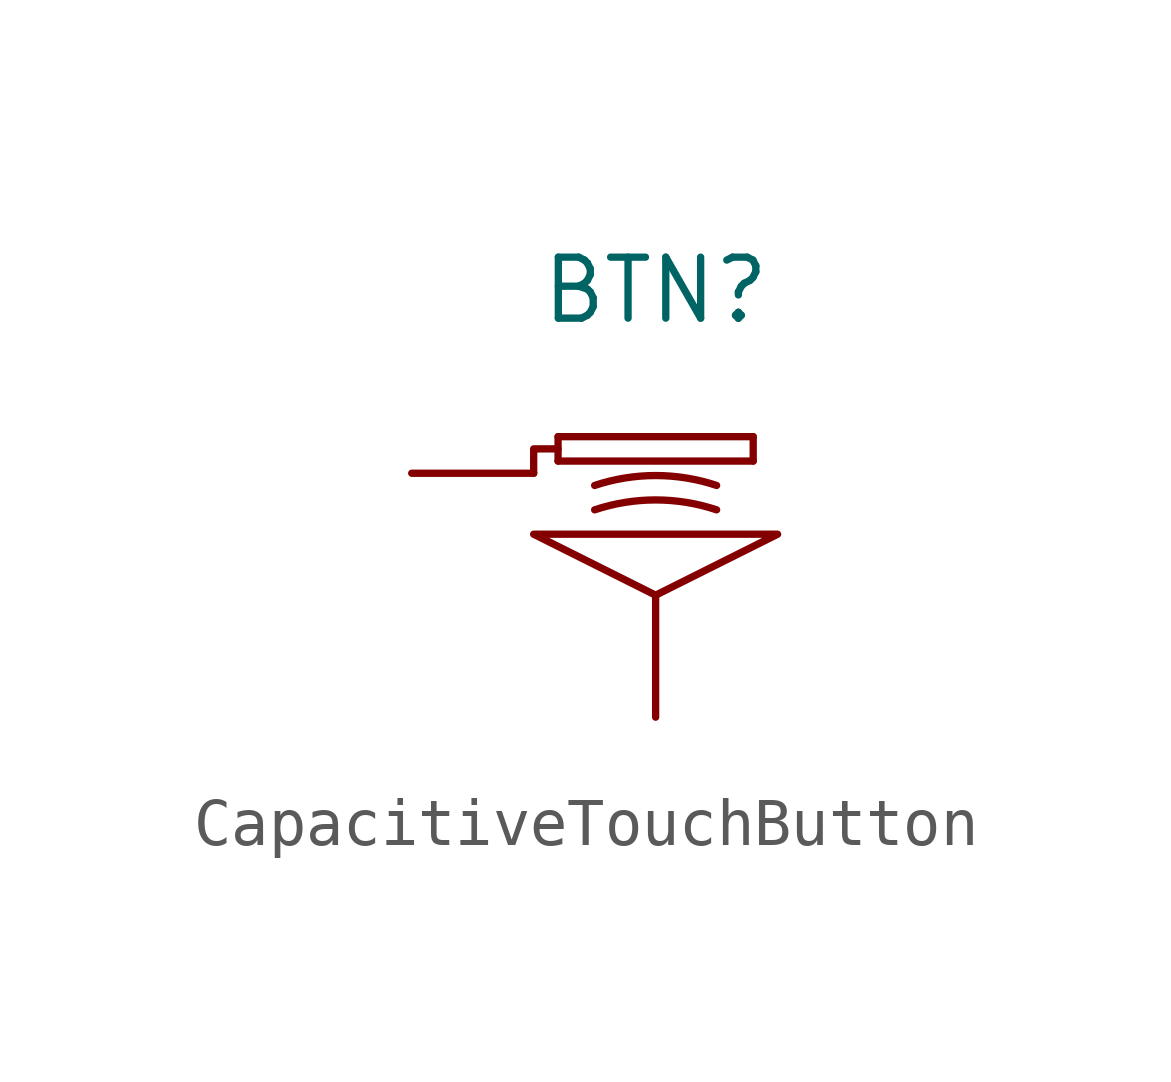
<source format=kicad_sym>
(kicad_symbol_lib
  (version 20220914)
  (generator kicad_symbol_editor)
  (symbol "CapacitiveTouchButton"
    (pin_numbers hide)
    (pin_names
      (offset 0.762) hide)
    (property "Reference" "BTN"
      (at 0 6.35 0)
      (effects (font (size 1.27 1.27))))
    (symbol "CapacitiveTouchButton_0_1"
      (rectangle (start -2.032 2.794) (end 2.032 2.794) (stroke (width 0) (type default)) (fill (type none)))
      (rectangle (start -2.032 3.302) (end -2.032 2.794) (stroke (width 0) (type default)) (fill (type none)))
      (polyline (pts (xy -2.54 2.54) (xy -2.54 3.048) (xy -2.032 3.048)) (stroke (width 0) (type default)) (fill (type none)))
      (polyline (pts (xy 0 0) (xy 2.54 1.27) (xy -2.54 1.27) (xy 0 0)) (stroke (width 0) (type default)) (fill (type none)))
      (arc (start 1.27 1.778) (mid 0 1.9841) (end -1.27 1.778) (stroke (width 0) (type default)) (fill (type none)))
      (rectangle (start 2.032 2.794) (end 2.032 3.302) (stroke (width 0) (type default)) (fill (type none)))
      (rectangle (start 2.032 3.302) (end -2.032 3.302) (stroke (width 0) (type default)) (fill (type none))))
    (symbol "CapacitiveTouchButton_1_1"
      (arc (start 1.27 2.286) (mid 0 2.4921) (end -1.27 2.286) (stroke (width 0) (type default)) (fill (type none)))
      (pin passive line (at -5.08 2.54 0) (length 2.54) (name "1" (effects (font (size 1.27 1.27)))) (number "1" (effects (font (size 1.27 1.27)))))
      (pin passive line (at 0 -2.54 90) (length 2.54) (name "GND" (effects (font (size 1.27 1.27)))) (number "2" (effects (font (size 1.27 1.27))))))))
</source>
